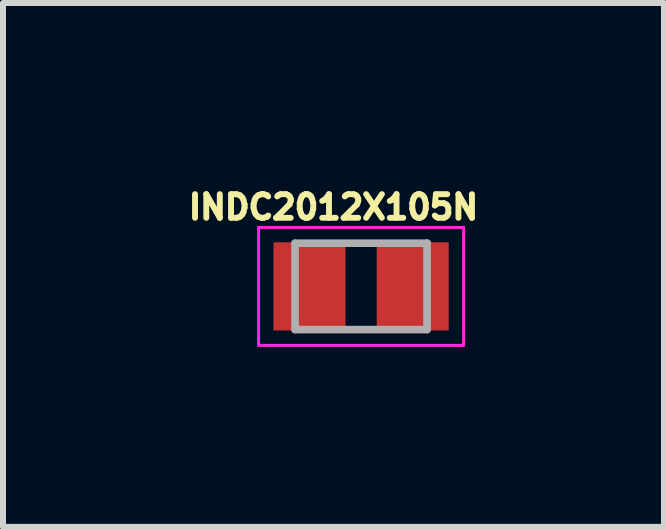
<source format=kicad_pcb>
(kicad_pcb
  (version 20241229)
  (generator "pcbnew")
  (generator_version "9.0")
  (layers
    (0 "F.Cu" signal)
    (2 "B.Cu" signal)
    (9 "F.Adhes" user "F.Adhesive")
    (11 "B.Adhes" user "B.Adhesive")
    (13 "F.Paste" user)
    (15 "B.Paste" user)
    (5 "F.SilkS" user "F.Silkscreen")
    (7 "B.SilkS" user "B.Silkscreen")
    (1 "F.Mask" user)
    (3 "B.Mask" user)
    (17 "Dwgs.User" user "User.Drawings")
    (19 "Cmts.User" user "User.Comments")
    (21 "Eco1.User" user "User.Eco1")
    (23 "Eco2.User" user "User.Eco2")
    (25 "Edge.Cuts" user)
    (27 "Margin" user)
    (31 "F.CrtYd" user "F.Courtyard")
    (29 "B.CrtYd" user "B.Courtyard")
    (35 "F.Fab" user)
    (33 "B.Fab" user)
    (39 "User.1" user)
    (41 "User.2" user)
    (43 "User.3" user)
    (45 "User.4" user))
  (footprint "INDC2012X105N"
    (layer "F.Cu")
    (at 2.968 1.723)
    (property "Reference" "INDC2012X105N" (at -0.46 -1.32 0) (layer "F.SilkS") (effects (font (size 0.394 0.394) (thickness 0.15))))
    (attr through_hole)
    (fp_line (start -1.708 -0.983) (end 1.708 -0.983) (stroke (width 0.05) (type solid)) (layer "F.CrtYd"))
    (fp_line (start -1.708 0.983) (end -1.708 -0.983) (stroke (width 0.05) (type solid)) (layer "F.CrtYd"))
    (fp_line (start -1.708 0.983) (end 1.708 0.983) (stroke (width 0.05) (type solid)) (layer "F.CrtYd"))
    (fp_line (start 1.708 0.983) (end 1.708 -0.983) (stroke (width 0.05) (type solid)) (layer "F.CrtYd"))
    (fp_line (start -1.1 0.72) (end -1.1 -0.72) (stroke (width 0.127) (type solid)) (layer "F.Fab"))
    (fp_line (start 1.1 -0.72) (end -1.1 -0.72) (stroke (width 0.127) (type solid)) (layer "F.Fab"))
    (fp_line (start 1.1 0.72) (end -1.1 0.72) (stroke (width 0.127) (type solid)) (layer "F.Fab"))
    (fp_line (start 1.1 0.72) (end 1.1 -0.72) (stroke (width 0.127) (type solid)) (layer "F.Fab"))
    (pad "1" smd rect (at -0.86 0) (size 1.2 1.47) (layers "F.Cu" "F.Mask" "F.Paste"))
    (pad "2" smd rect (at 0.86 0) (size 1.2 1.47) (layers "F.Cu" "F.Mask" "F.Paste")))
  (gr_rect
    (start -3 -3)
    (end 8.016 5.731)
    (stroke (width 0.1) (type default))
    (fill no)
    (layer "Edge.Cuts")))
</source>
